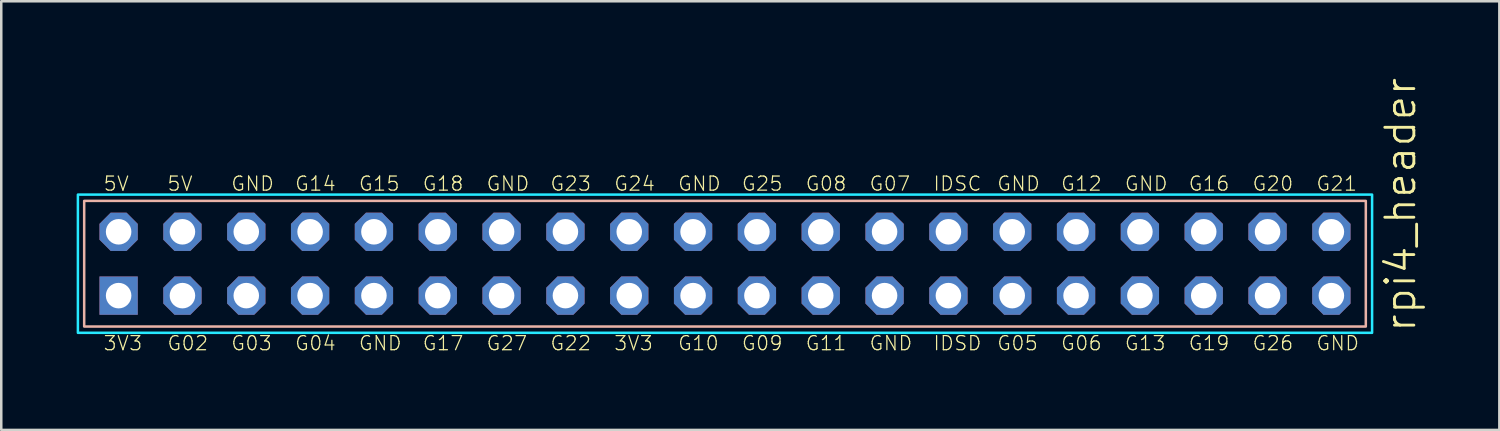
<source format=kicad_pcb>
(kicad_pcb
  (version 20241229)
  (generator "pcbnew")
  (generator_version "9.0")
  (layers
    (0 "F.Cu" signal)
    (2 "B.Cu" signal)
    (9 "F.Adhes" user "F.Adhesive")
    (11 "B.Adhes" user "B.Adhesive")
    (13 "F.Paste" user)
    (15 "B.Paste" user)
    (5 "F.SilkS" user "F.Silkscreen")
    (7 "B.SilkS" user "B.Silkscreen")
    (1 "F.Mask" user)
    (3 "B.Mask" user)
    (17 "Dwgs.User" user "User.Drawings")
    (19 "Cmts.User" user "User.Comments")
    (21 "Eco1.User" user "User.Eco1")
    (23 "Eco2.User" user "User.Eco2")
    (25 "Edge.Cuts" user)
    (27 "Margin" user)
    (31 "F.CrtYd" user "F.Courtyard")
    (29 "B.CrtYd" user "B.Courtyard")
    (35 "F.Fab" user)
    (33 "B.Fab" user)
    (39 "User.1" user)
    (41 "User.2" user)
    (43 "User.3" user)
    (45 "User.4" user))
  (footprint "rpi4_header"
    (layer "F.Cu")
    (at 25.8 7.444)
    (property "Reference" "rpi4_header" (at 27.559 2.794 90) (layer "F.SilkS") (effects (font (size 1.156 1.156) (thickness 0.114)) (justify left bottom)))
    (fp_rect (start -25.5 -2.5) (end 25.5 2.5) (stroke (width 0.1) (type default)) (fill no) (layer "B.SilkS"))
    (fp_rect (start -25.75 -2.75) (end 25.75 2.75) (stroke (width 0.1) (type default)) (fill no) (layer "B.CrtYd"))
    (fp_poly (pts (xy -24.384 -1.016) (xy -23.876 -1.016) (xy -23.876 -1.524) (xy -24.384 -1.524)) (stroke (width 0.1) (type default)) (fill no) (layer "F.Fab"))
    (fp_poly (pts (xy -24.384 1.524) (xy -23.876 1.524) (xy -23.876 1.016) (xy -24.384 1.016)) (stroke (width 0.1) (type default)) (fill no) (layer "F.Fab"))
    (fp_poly (pts (xy -21.844 -1.016) (xy -21.336 -1.016) (xy -21.336 -1.524) (xy -21.844 -1.524)) (stroke (width 0.1) (type default)) (fill no) (layer "F.Fab"))
    (fp_poly (pts (xy -21.844 1.524) (xy -21.336 1.524) (xy -21.336 1.016) (xy -21.844 1.016)) (stroke (width 0.1) (type default)) (fill no) (layer "F.Fab"))
    (fp_poly (pts (xy -19.304 -1.016) (xy -18.796 -1.016) (xy -18.796 -1.524) (xy -19.304 -1.524)) (stroke (width 0.1) (type default)) (fill no) (layer "F.Fab"))
    (fp_poly (pts (xy -19.304 1.524) (xy -18.796 1.524) (xy -18.796 1.016) (xy -19.304 1.016)) (stroke (width 0.1) (type default)) (fill no) (layer "F.Fab"))
    (fp_poly (pts (xy -16.764 -1.016) (xy -16.256 -1.016) (xy -16.256 -1.524) (xy -16.764 -1.524)) (stroke (width 0.1) (type default)) (fill no) (layer "F.Fab"))
    (fp_poly (pts (xy -16.764 1.524) (xy -16.256 1.524) (xy -16.256 1.016) (xy -16.764 1.016)) (stroke (width 0.1) (type default)) (fill no) (layer "F.Fab"))
    (fp_poly (pts (xy -14.224 -1.016) (xy -13.716 -1.016) (xy -13.716 -1.524) (xy -14.224 -1.524)) (stroke (width 0.1) (type default)) (fill no) (layer "F.Fab"))
    (fp_poly (pts (xy -14.224 1.524) (xy -13.716 1.524) (xy -13.716 1.016) (xy -14.224 1.016)) (stroke (width 0.1) (type default)) (fill no) (layer "F.Fab"))
    (fp_poly (pts (xy -11.684 -1.016) (xy -11.176 -1.016) (xy -11.176 -1.524) (xy -11.684 -1.524)) (stroke (width 0.1) (type default)) (fill no) (layer "F.Fab"))
    (fp_poly (pts (xy -11.684 1.524) (xy -11.176 1.524) (xy -11.176 1.016) (xy -11.684 1.016)) (stroke (width 0.1) (type default)) (fill no) (layer "F.Fab"))
    (fp_poly (pts (xy -9.144 -1.016) (xy -8.636 -1.016) (xy -8.636 -1.524) (xy -9.144 -1.524)) (stroke (width 0.1) (type default)) (fill no) (layer "F.Fab"))
    (fp_poly (pts (xy -9.144 1.524) (xy -8.636 1.524) (xy -8.636 1.016) (xy -9.144 1.016)) (stroke (width 0.1) (type default)) (fill no) (layer "F.Fab"))
    (fp_poly (pts (xy -6.604 -1.016) (xy -6.096 -1.016) (xy -6.096 -1.524) (xy -6.604 -1.524)) (stroke (width 0.1) (type default)) (fill no) (layer "F.Fab"))
    (fp_poly (pts (xy -6.604 1.524) (xy -6.096 1.524) (xy -6.096 1.016) (xy -6.604 1.016)) (stroke (width 0.1) (type default)) (fill no) (layer "F.Fab"))
    (fp_poly (pts (xy -4.064 -1.016) (xy -3.556 -1.016) (xy -3.556 -1.524) (xy -4.064 -1.524)) (stroke (width 0.1) (type default)) (fill no) (layer "F.Fab"))
    (fp_poly (pts (xy -4.064 1.524) (xy -3.556 1.524) (xy -3.556 1.016) (xy -4.064 1.016)) (stroke (width 0.1) (type default)) (fill no) (layer "F.Fab"))
    (fp_poly (pts (xy -1.524 -1.016) (xy -1.016 -1.016) (xy -1.016 -1.524) (xy -1.524 -1.524)) (stroke (width 0.1) (type default)) (fill no) (layer "F.Fab"))
    (fp_poly (pts (xy -1.524 1.524) (xy -1.016 1.524) (xy -1.016 1.016) (xy -1.524 1.016)) (stroke (width 0.1) (type default)) (fill no) (layer "F.Fab"))
    (fp_poly (pts (xy 1.016 -1.016) (xy 1.524 -1.016) (xy 1.524 -1.524) (xy 1.016 -1.524)) (stroke (width 0.1) (type default)) (fill no) (layer "F.Fab"))
    (fp_poly (pts (xy 1.016 1.524) (xy 1.524 1.524) (xy 1.524 1.016) (xy 1.016 1.016)) (stroke (width 0.1) (type default)) (fill no) (layer "F.Fab"))
    (fp_poly (pts (xy 3.556 -1.016) (xy 4.064 -1.016) (xy 4.064 -1.524) (xy 3.556 -1.524)) (stroke (width 0.1) (type default)) (fill no) (layer "F.Fab"))
    (fp_poly (pts (xy 3.556 1.524) (xy 4.064 1.524) (xy 4.064 1.016) (xy 3.556 1.016)) (stroke (width 0.1) (type default)) (fill no) (layer "F.Fab"))
    (fp_poly (pts (xy 6.096 -1.016) (xy 6.604 -1.016) (xy 6.604 -1.524) (xy 6.096 -1.524)) (stroke (width 0.1) (type default)) (fill no) (layer "F.Fab"))
    (fp_poly (pts (xy 6.096 1.524) (xy 6.604 1.524) (xy 6.604 1.016) (xy 6.096 1.016)) (stroke (width 0.1) (type default)) (fill no) (layer "F.Fab"))
    (fp_poly (pts (xy 8.636 -1.016) (xy 9.144 -1.016) (xy 9.144 -1.524) (xy 8.636 -1.524)) (stroke (width 0.1) (type default)) (fill no) (layer "F.Fab"))
    (fp_poly (pts (xy 8.636 1.524) (xy 9.144 1.524) (xy 9.144 1.016) (xy 8.636 1.016)) (stroke (width 0.1) (type default)) (fill no) (layer "F.Fab"))
    (fp_poly (pts (xy 11.176 -1.016) (xy 11.684 -1.016) (xy 11.684 -1.524) (xy 11.176 -1.524)) (stroke (width 0.1) (type default)) (fill no) (layer "F.Fab"))
    (fp_poly (pts (xy 11.176 1.524) (xy 11.684 1.524) (xy 11.684 1.016) (xy 11.176 1.016)) (stroke (width 0.1) (type default)) (fill no) (layer "F.Fab"))
    (fp_poly (pts (xy 13.716 -1.016) (xy 14.224 -1.016) (xy 14.224 -1.524) (xy 13.716 -1.524)) (stroke (width 0.1) (type default)) (fill no) (layer "F.Fab"))
    (fp_poly (pts (xy 13.716 1.524) (xy 14.224 1.524) (xy 14.224 1.016) (xy 13.716 1.016)) (stroke (width 0.1) (type default)) (fill no) (layer "F.Fab"))
    (fp_poly (pts (xy 16.256 -1.016) (xy 16.764 -1.016) (xy 16.764 -1.524) (xy 16.256 -1.524)) (stroke (width 0.1) (type default)) (fill no) (layer "F.Fab"))
    (fp_poly (pts (xy 16.256 1.524) (xy 16.764 1.524) (xy 16.764 1.016) (xy 16.256 1.016)) (stroke (width 0.1) (type default)) (fill no) (layer "F.Fab"))
    (fp_poly (pts (xy 18.796 -1.016) (xy 19.304 -1.016) (xy 19.304 -1.524) (xy 18.796 -1.524)) (stroke (width 0.1) (type default)) (fill no) (layer "F.Fab"))
    (fp_poly (pts (xy 18.796 1.524) (xy 19.304 1.524) (xy 19.304 1.016) (xy 18.796 1.016)) (stroke (width 0.1) (type default)) (fill no) (layer "F.Fab"))
    (fp_poly (pts (xy 21.336 -1.016) (xy 21.844 -1.016) (xy 21.844 -1.524) (xy 21.336 -1.524)) (stroke (width 0.1) (type default)) (fill no) (layer "F.Fab"))
    (fp_poly (pts (xy 21.336 1.524) (xy 21.844 1.524) (xy 21.844 1.016) (xy 21.336 1.016)) (stroke (width 0.1) (type default)) (fill no) (layer "F.Fab"))
    (fp_poly (pts (xy 23.876 -1.016) (xy 24.384 -1.016) (xy 24.384 -1.524) (xy 23.876 -1.524)) (stroke (width 0.1) (type default)) (fill no) (layer "F.Fab"))
    (fp_poly (pts (xy 23.876 1.524) (xy 24.384 1.524) (xy 24.384 1.016) (xy 23.876 1.016)) (stroke (width 0.1) (type default)) (fill no) (layer "F.Fab"))
    (fp_text user "GND" (at 5.715 3.493 0) (layer "F.SilkS") (effects (font (size 0.561 0.561) (thickness 0.049)) (justify left bottom)))
    (fp_text user "GND" (at 10.795 -2.857 0) (layer "F.SilkS") (effects (font (size 0.561 0.561) (thickness 0.049)) (justify left bottom)))
    (fp_text user "G12" (at 13.335 -2.857 0) (layer "F.SilkS") (effects (font (size 0.561 0.561) (thickness 0.049)) (justify left bottom)))
    (fp_text user "GND" (at -19.685 -2.857 0) (layer "F.SilkS") (effects (font (size 0.561 0.561) (thickness 0.049)) (justify left bottom)))
    (fp_text user "G22" (at -6.985 3.493 0) (layer "F.SilkS") (effects (font (size 0.561 0.561) (thickness 0.049)) (justify left bottom)))
    (fp_text user "G10" (at -1.905 3.493 0) (layer "F.SilkS") (effects (font (size 0.561 0.561) (thickness 0.049)) (justify left bottom)))
    (fp_text user "G23" (at -6.985 -2.857 0) (layer "F.SilkS") (effects (font (size 0.561 0.561) (thickness 0.049)) (justify left bottom)))
    (fp_text user "G19" (at 18.415 3.493 0) (layer "F.SilkS") (effects (font (size 0.561 0.561) (thickness 0.049)) (justify left bottom)))
    (fp_text user "5V" (at -24.765 -2.857 0) (layer "F.SilkS") (effects (font (size 0.561 0.561) (thickness 0.049)) (justify left bottom)))
    (fp_text user "GND" (at -1.905 -2.857 0) (layer "F.SilkS") (effects (font (size 0.561 0.561) (thickness 0.049)) (justify left bottom)))
    (fp_text user "GND" (at -14.605 3.493 0) (layer "F.SilkS") (effects (font (size 0.561 0.561) (thickness 0.049)) (justify left bottom)))
    (fp_text user "G11" (at 3.175 3.493 0) (layer "F.SilkS") (effects (font (size 0.561 0.561) (thickness 0.049)) (justify left bottom)))
    (fp_text user "G27" (at -9.525 3.493 0) (layer "F.SilkS") (effects (font (size 0.561 0.561) (thickness 0.049)) (justify left bottom)))
    (fp_text user "G04" (at -17.145 3.493 0) (layer "F.SilkS") (effects (font (size 0.561 0.561) (thickness 0.049)) (justify left bottom)))
    (fp_text user "G13" (at 15.875 3.493 0) (layer "F.SilkS") (effects (font (size 0.561 0.561) (thickness 0.049)) (justify left bottom)))
    (fp_text user "G18" (at -12.065 -2.857 0) (layer "F.SilkS") (effects (font (size 0.561 0.561) (thickness 0.049)) (justify left bottom)))
    (fp_text user "GND" (at 23.495 3.493 0) (layer "F.SilkS") (effects (font (size 0.561 0.561) (thickness 0.049)) (justify left bottom)))
    (fp_text user "3V3" (at -4.445 3.493 0) (layer "F.SilkS") (effects (font (size 0.561 0.561) (thickness 0.049)) (justify left bottom)))
    (fp_text user "GND" (at 15.875 -2.857 0) (layer "F.SilkS") (effects (font (size 0.561 0.561) (thickness 0.049)) (justify left bottom)))
    (fp_text user "G15" (at -14.605 -2.857 0) (layer "F.SilkS") (effects (font (size 0.561 0.561) (thickness 0.049)) (justify left bottom)))
    (fp_text user "G16" (at 18.415 -2.857 0) (layer "F.SilkS") (effects (font (size 0.561 0.561) (thickness 0.049)) (justify left bottom)))
    (fp_text user "G20" (at 20.955 -2.857 0) (layer "F.SilkS") (effects (font (size 0.561 0.561) (thickness 0.049)) (justify left bottom)))
    (fp_text user "G24" (at -4.445 -2.857 0) (layer "F.SilkS") (effects (font (size 0.561 0.561) (thickness 0.049)) (justify left bottom)))
    (fp_text user "G14" (at -17.145 -2.857 0) (layer "F.SilkS") (effects (font (size 0.561 0.561) (thickness 0.049)) (justify left bottom)))
    (fp_text user "IDSD" (at 8.255 3.493 0) (layer "F.SilkS") (effects (font (size 0.561 0.561) (thickness 0.049)) (justify left bottom)))
    (fp_text user "G05" (at 10.795 3.493 0) (layer "F.SilkS") (effects (font (size 0.561 0.561) (thickness 0.049)) (justify left bottom)))
    (fp_text user "G08" (at 3.175 -2.857 0) (layer "F.SilkS") (effects (font (size 0.561 0.561) (thickness 0.049)) (justify left bottom)))
    (fp_text user "G21" (at 23.495 -2.857 0) (layer "F.SilkS") (effects (font (size 0.561 0.561) (thickness 0.049)) (justify left bottom)))
    (fp_text user "G25" (at 0.635 -2.857 0) (layer "F.SilkS") (effects (font (size 0.561 0.561) (thickness 0.049)) (justify left bottom)))
    (fp_text user "G17" (at -12.065 3.493 0) (layer "F.SilkS") (effects (font (size 0.561 0.561) (thickness 0.049)) (justify left bottom)))
    (fp_text user "G26" (at 20.955 3.493 0) (layer "F.SilkS") (effects (font (size 0.561 0.561) (thickness 0.049)) (justify left bottom)))
    (fp_text user "G06" (at 13.335 3.493 0) (layer "F.SilkS") (effects (font (size 0.561 0.561) (thickness 0.049)) (justify left bottom)))
    (fp_text user "G02" (at -22.225 3.493 0) (layer "F.SilkS") (effects (font (size 0.561 0.561) (thickness 0.049)) (justify left bottom)))
    (fp_text user "3V3" (at -24.765 3.493 0) (layer "F.SilkS") (effects (font (size 0.561 0.561) (thickness 0.049)) (justify left bottom)))
    (fp_text user "GND" (at -9.525 -2.857 0) (layer "F.SilkS") (effects (font (size 0.561 0.561) (thickness 0.049)) (justify left bottom)))
    (fp_text user "G09" (at 0.635 3.493 0) (layer "F.SilkS") (effects (font (size 0.561 0.561) (thickness 0.049)) (justify left bottom)))
    (fp_text user "IDSC" (at 8.255 -2.857 0) (layer "F.SilkS") (effects (font (size 0.561 0.561) (thickness 0.049)) (justify left bottom)))
    (fp_text user "5V" (at -22.225 -2.857 0) (layer "F.SilkS") (effects (font (size 0.561 0.561) (thickness 0.049)) (justify left bottom)))
    (fp_text user "G03" (at -19.685 3.493 0) (layer "F.SilkS") (effects (font (size 0.561 0.561) (thickness 0.049)) (justify left bottom)))
    (fp_text user "G07" (at 5.715 -2.857 0) (layer "F.SilkS") (effects (font (size 0.561 0.561) (thickness 0.049)) (justify left bottom)))
    (pad "1" thru_hole rect (at -24.13 1.27) (size 1.524 1.524) (drill 1.016) (layers "*.Cu" "*.Mask"))
    (pad "2" thru_hole roundrect (at -24.13 -1.27) (size 1.524 1.524) (drill 1.016) (layers "*.Cu" "*.Mask") (roundrect_rratio 0.25) (chamfer_ratio 0.293) (chamfer top_left top_right bottom_left bottom_right))
    (pad "3" thru_hole roundrect (at -21.59 1.27) (size 1.524 1.524) (drill 1.016) (layers "*.Cu" "*.Mask") (roundrect_rratio 0.25) (chamfer_ratio 0.293) (chamfer top_left top_right bottom_left bottom_right))
    (pad "4" thru_hole roundrect (at -21.59 -1.27) (size 1.524 1.524) (drill 1.016) (layers "*.Cu" "*.Mask") (roundrect_rratio 0.25) (chamfer_ratio 0.293) (chamfer top_left top_right bottom_left bottom_right))
    (pad "5" thru_hole roundrect (at -19.05 1.27) (size 1.524 1.524) (drill 1.016) (layers "*.Cu" "*.Mask") (roundrect_rratio 0.25) (chamfer_ratio 0.293) (chamfer top_left top_right bottom_left bottom_right))
    (pad "6" thru_hole roundrect (at -19.05 -1.27) (size 1.524 1.524) (drill 1.016) (layers "*.Cu" "*.Mask") (roundrect_rratio 0.25) (chamfer_ratio 0.293) (chamfer top_left top_right bottom_left bottom_right))
    (pad "7" thru_hole roundrect (at -16.51 1.27) (size 1.524 1.524) (drill 1.016) (layers "*.Cu" "*.Mask") (roundrect_rratio 0.25) (chamfer_ratio 0.293) (chamfer top_left top_right bottom_left bottom_right))
    (pad "8" thru_hole roundrect (at -16.51 -1.27) (size 1.524 1.524) (drill 1.016) (layers "*.Cu" "*.Mask") (roundrect_rratio 0.25) (chamfer_ratio 0.293) (chamfer top_left top_right bottom_left bottom_right))
    (pad "9" thru_hole roundrect (at -13.97 1.27) (size 1.524 1.524) (drill 1.016) (layers "*.Cu" "*.Mask") (roundrect_rratio 0.25) (chamfer_ratio 0.293) (chamfer top_left top_right bottom_left bottom_right))
    (pad "10" thru_hole roundrect (at -13.97 -1.27) (size 1.524 1.524) (drill 1.016) (layers "*.Cu" "*.Mask") (roundrect_rratio 0.25) (chamfer_ratio 0.293) (chamfer top_left top_right bottom_left bottom_right))
    (pad "11" thru_hole roundrect (at -11.43 1.27) (size 1.524 1.524) (drill 1.016) (layers "*.Cu" "*.Mask") (roundrect_rratio 0.25) (chamfer_ratio 0.293) (chamfer top_left top_right bottom_left bottom_right))
    (pad "12" thru_hole roundrect (at -11.43 -1.27) (size 1.524 1.524) (drill 1.016) (layers "*.Cu" "*.Mask") (roundrect_rratio 0.25) (chamfer_ratio 0.293) (chamfer top_left top_right bottom_left bottom_right))
    (pad "13" thru_hole roundrect (at -8.89 1.27) (size 1.524 1.524) (drill 1.016) (layers "*.Cu" "*.Mask") (roundrect_rratio 0.25) (chamfer_ratio 0.293) (chamfer top_left top_right bottom_left bottom_right))
    (pad "14" thru_hole roundrect (at -8.89 -1.27) (size 1.524 1.524) (drill 1.016) (layers "*.Cu" "*.Mask") (roundrect_rratio 0.25) (chamfer_ratio 0.293) (chamfer top_left top_right bottom_left bottom_right))
    (pad "15" thru_hole roundrect (at -6.35 1.27) (size 1.524 1.524) (drill 1.016) (layers "*.Cu" "*.Mask") (roundrect_rratio 0.25) (chamfer_ratio 0.293) (chamfer top_left top_right bottom_left bottom_right))
    (pad "16" thru_hole roundrect (at -6.35 -1.27) (size 1.524 1.524) (drill 1.016) (layers "*.Cu" "*.Mask") (roundrect_rratio 0.25) (chamfer_ratio 0.293) (chamfer top_left top_right bottom_left bottom_right))
    (pad "17" thru_hole roundrect (at -3.81 1.27) (size 1.524 1.524) (drill 1.016) (layers "*.Cu" "*.Mask") (roundrect_rratio 0.25) (chamfer_ratio 0.293) (chamfer top_left top_right bottom_left bottom_right))
    (pad "18" thru_hole roundrect (at -3.81 -1.27) (size 1.524 1.524) (drill 1.016) (layers "*.Cu" "*.Mask") (roundrect_rratio 0.25) (chamfer_ratio 0.293) (chamfer top_left top_right bottom_left bottom_right))
    (pad "19" thru_hole roundrect (at -1.27 1.27) (size 1.524 1.524) (drill 1.016) (layers "*.Cu" "*.Mask") (roundrect_rratio 0.25) (chamfer_ratio 0.293) (chamfer top_left top_right bottom_left bottom_right))
    (pad "20" thru_hole roundrect (at -1.27 -1.27) (size 1.524 1.524) (drill 1.016) (layers "*.Cu" "*.Mask") (roundrect_rratio 0.25) (chamfer_ratio 0.293) (chamfer top_left top_right bottom_left bottom_right))
    (pad "21" thru_hole roundrect (at 1.27 1.27) (size 1.524 1.524) (drill 1.016) (layers "*.Cu" "*.Mask") (roundrect_rratio 0.25) (chamfer_ratio 0.293) (chamfer top_left top_right bottom_left bottom_right))
    (pad "22" thru_hole roundrect (at 1.27 -1.27) (size 1.524 1.524) (drill 1.016) (layers "*.Cu" "*.Mask") (roundrect_rratio 0.25) (chamfer_ratio 0.293) (chamfer top_left top_right bottom_left bottom_right))
    (pad "23" thru_hole roundrect (at 3.81 1.27) (size 1.524 1.524) (drill 1.016) (layers "*.Cu" "*.Mask") (roundrect_rratio 0.25) (chamfer_ratio 0.293) (chamfer top_left top_right bottom_left bottom_right))
    (pad "24" thru_hole roundrect (at 3.81 -1.27) (size 1.524 1.524) (drill 1.016) (layers "*.Cu" "*.Mask") (roundrect_rratio 0.25) (chamfer_ratio 0.293) (chamfer top_left top_right bottom_left bottom_right))
    (pad "25" thru_hole roundrect (at 6.35 1.27) (size 1.524 1.524) (drill 1.016) (layers "*.Cu" "*.Mask") (roundrect_rratio 0.25) (chamfer_ratio 0.293) (chamfer top_left top_right bottom_left bottom_right))
    (pad "26" thru_hole roundrect (at 6.35 -1.27) (size 1.524 1.524) (drill 1.016) (layers "*.Cu" "*.Mask") (roundrect_rratio 0.25) (chamfer_ratio 0.293) (chamfer top_left top_right bottom_left bottom_right))
    (pad "27" thru_hole roundrect (at 8.89 1.27) (size 1.524 1.524) (drill 1.016) (layers "*.Cu" "*.Mask") (roundrect_rratio 0.25) (chamfer_ratio 0.293) (chamfer top_left top_right bottom_left bottom_right))
    (pad "28" thru_hole roundrect (at 8.89 -1.27) (size 1.524 1.524) (drill 1.016) (layers "*.Cu" "*.Mask") (roundrect_rratio 0.25) (chamfer_ratio 0.293) (chamfer top_left top_right bottom_left bottom_right))
    (pad "29" thru_hole roundrect (at 11.43 1.27) (size 1.524 1.524) (drill 1.016) (layers "*.Cu" "*.Mask") (roundrect_rratio 0.25) (chamfer_ratio 0.293) (chamfer top_left top_right bottom_left bottom_right))
    (pad "30" thru_hole roundrect (at 11.43 -1.27) (size 1.524 1.524) (drill 1.016) (layers "*.Cu" "*.Mask") (roundrect_rratio 0.25) (chamfer_ratio 0.293) (chamfer top_left top_right bottom_left bottom_right))
    (pad "31" thru_hole roundrect (at 13.97 1.27) (size 1.524 1.524) (drill 1.016) (layers "*.Cu" "*.Mask") (roundrect_rratio 0.25) (chamfer_ratio 0.293) (chamfer top_left top_right bottom_left bottom_right))
    (pad "32" thru_hole roundrect (at 13.97 -1.27) (size 1.524 1.524) (drill 1.016) (layers "*.Cu" "*.Mask") (roundrect_rratio 0.25) (chamfer_ratio 0.293) (chamfer top_left top_right bottom_left bottom_right))
    (pad "33" thru_hole roundrect (at 16.51 1.27) (size 1.524 1.524) (drill 1.016) (layers "*.Cu" "*.Mask") (roundrect_rratio 0.25) (chamfer_ratio 0.293) (chamfer top_left top_right bottom_left bottom_right))
    (pad "34" thru_hole roundrect (at 16.51 -1.27) (size 1.524 1.524) (drill 1.016) (layers "*.Cu" "*.Mask") (roundrect_rratio 0.25) (chamfer_ratio 0.293) (chamfer top_left top_right bottom_left bottom_right))
    (pad "35" thru_hole roundrect (at 19.05 1.27) (size 1.524 1.524) (drill 1.016) (layers "*.Cu" "*.Mask") (roundrect_rratio 0.25) (chamfer_ratio 0.293) (chamfer top_left top_right bottom_left bottom_right))
    (pad "36" thru_hole roundrect (at 19.05 -1.27) (size 1.524 1.524) (drill 1.016) (layers "*.Cu" "*.Mask") (roundrect_rratio 0.25) (chamfer_ratio 0.293) (chamfer top_left top_right bottom_left bottom_right))
    (pad "37" thru_hole roundrect (at 21.59 1.27) (size 1.524 1.524) (drill 1.016) (layers "*.Cu" "*.Mask") (roundrect_rratio 0.25) (chamfer_ratio 0.293) (chamfer top_left top_right bottom_left bottom_right))
    (pad "38" thru_hole roundrect (at 21.59 -1.27) (size 1.524 1.524) (drill 1.016) (layers "*.Cu" "*.Mask") (roundrect_rratio 0.25) (chamfer_ratio 0.293) (chamfer top_left top_right bottom_left bottom_right))
    (pad "39" thru_hole roundrect (at 24.13 1.27) (size 1.524 1.524) (drill 1.016) (layers "*.Cu" "*.Mask") (roundrect_rratio 0.25) (chamfer_ratio 0.293) (chamfer top_left top_right bottom_left bottom_right))
    (pad "40" thru_hole roundrect (at 24.13 -1.27) (size 1.524 1.524) (drill 1.016) (layers "*.Cu" "*.Mask") (roundrect_rratio 0.25) (chamfer_ratio 0.293) (chamfer top_left top_right bottom_left bottom_right)))
  (gr_rect
    (start -3 -3)
    (end 56.614 14.057)
    (stroke (width 0.1) (type default))
    (fill no)
    (layer "Edge.Cuts")))
</source>
